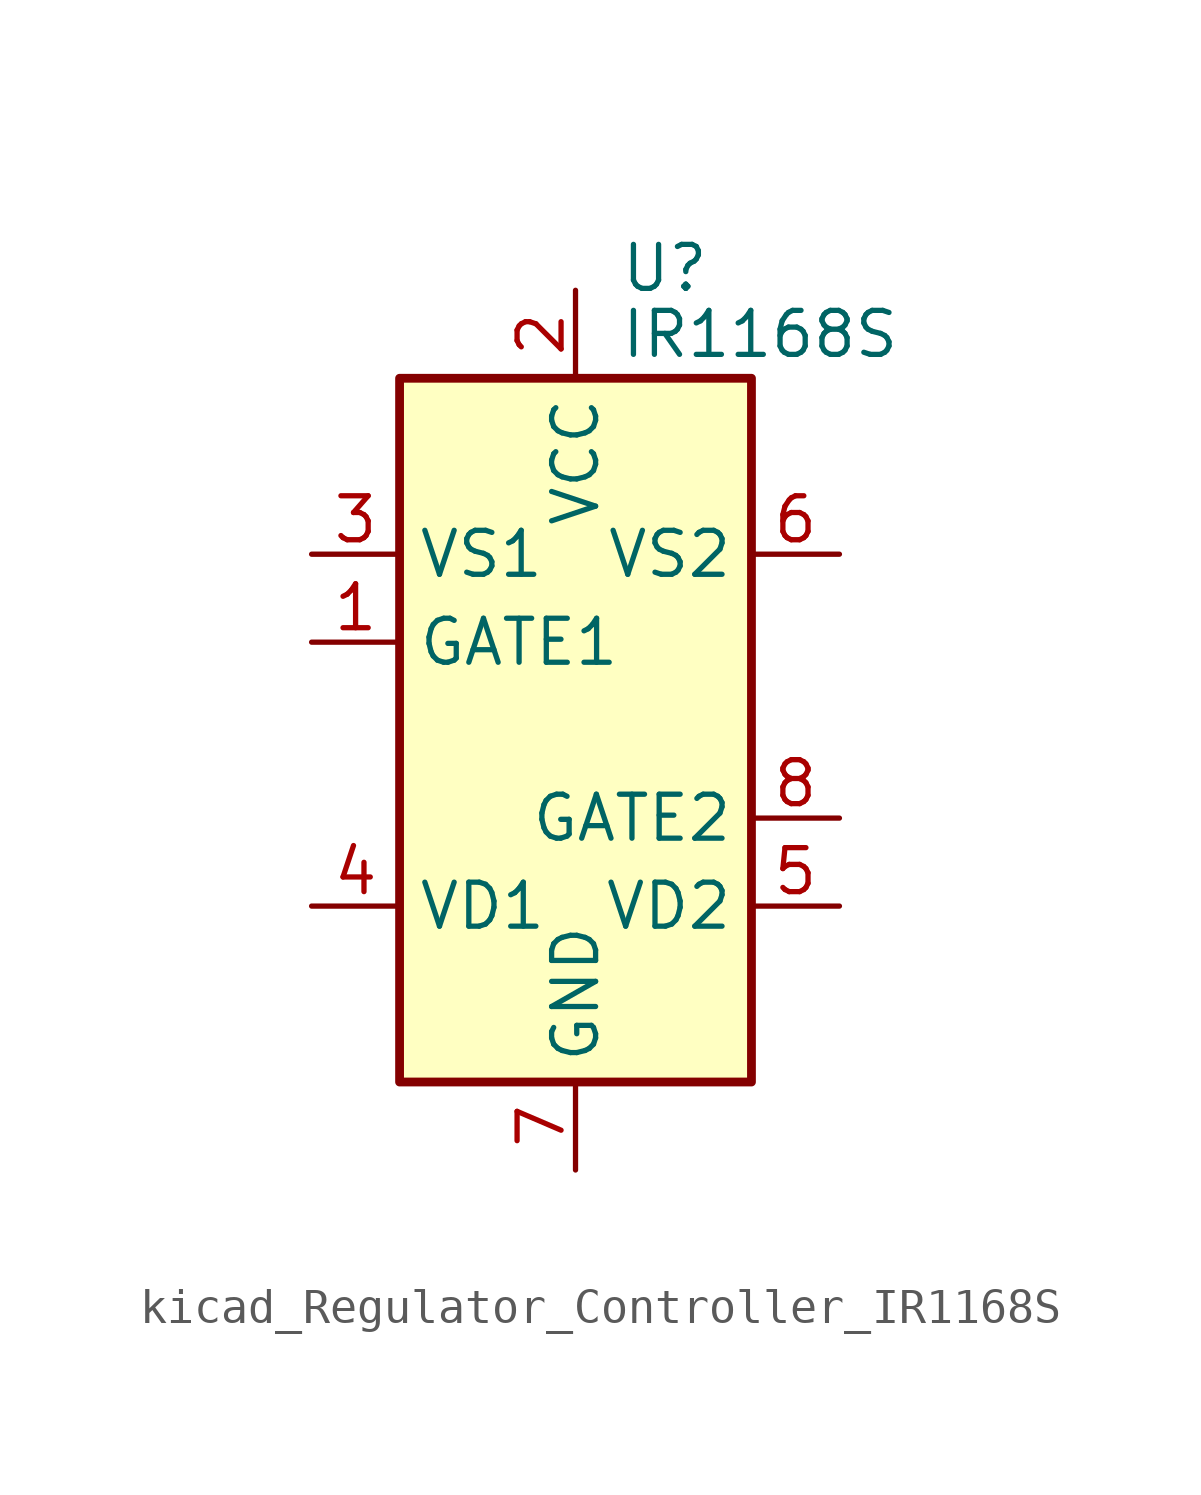
<source format=kicad_sym>
(kicad_symbol_lib
  (version 20220914)
  (generator kicad_symbol_editor)
  (symbol "kicad_Regulator_Controller_IR1168S"
    (property "Reference" "U"
      (at 1.27 13.335 0)
      (effects (font (size 1.27 1.27)) (justify left)))
    (property "Value" "IR1168S"
      (at 1.27 11.43 0)
      (effects (font (size 1.27 1.27)) (justify left)))
    (symbol "kicad_Regulator_Controller_IR1168S_0_1"
      (rectangle (start -5.08 -10.16) (end 5.08 10.16) (stroke (width 0.254) (type default)) (fill (type background))))
    (symbol "kicad_Regulator_Controller_IR1168S_1_1"
      (pin output line (at -7.62 2.54 0) (length 2.54) (name "GATE1" (effects (font (size 1.27 1.27)))) (number "1" (effects (font (size 1.27 1.27)))))
      (pin power_in line (at 0 12.7 270) (length 2.54) (name "VCC" (effects (font (size 1.27 1.27)))) (number "2" (effects (font (size 1.27 1.27)))))
      (pin input line (at -7.62 5.08 0) (length 2.54) (name "VS1" (effects (font (size 1.27 1.27)))) (number "3" (effects (font (size 1.27 1.27)))))
      (pin input line (at -7.62 -5.08 0) (length 2.54) (name "VD1" (effects (font (size 1.27 1.27)))) (number "4" (effects (font (size 1.27 1.27)))))
      (pin input line (at 7.62 -5.08 180) (length 2.54) (name "VD2" (effects (font (size 1.27 1.27)))) (number "5" (effects (font (size 1.27 1.27)))))
      (pin input line (at 7.62 5.08 180) (length 2.54) (name "VS2" (effects (font (size 1.27 1.27)))) (number "6" (effects (font (size 1.27 1.27)))))
      (pin power_in line (at 0 -12.7 90) (length 2.54) (name "GND" (effects (font (size 1.27 1.27)))) (number "7" (effects (font (size 1.27 1.27)))))
      (pin output line (at 7.62 -2.54 180) (length 2.54) (name "GATE2" (effects (font (size 1.27 1.27)))) (number "8" (effects (font (size 1.27 1.27))))))))
</source>
